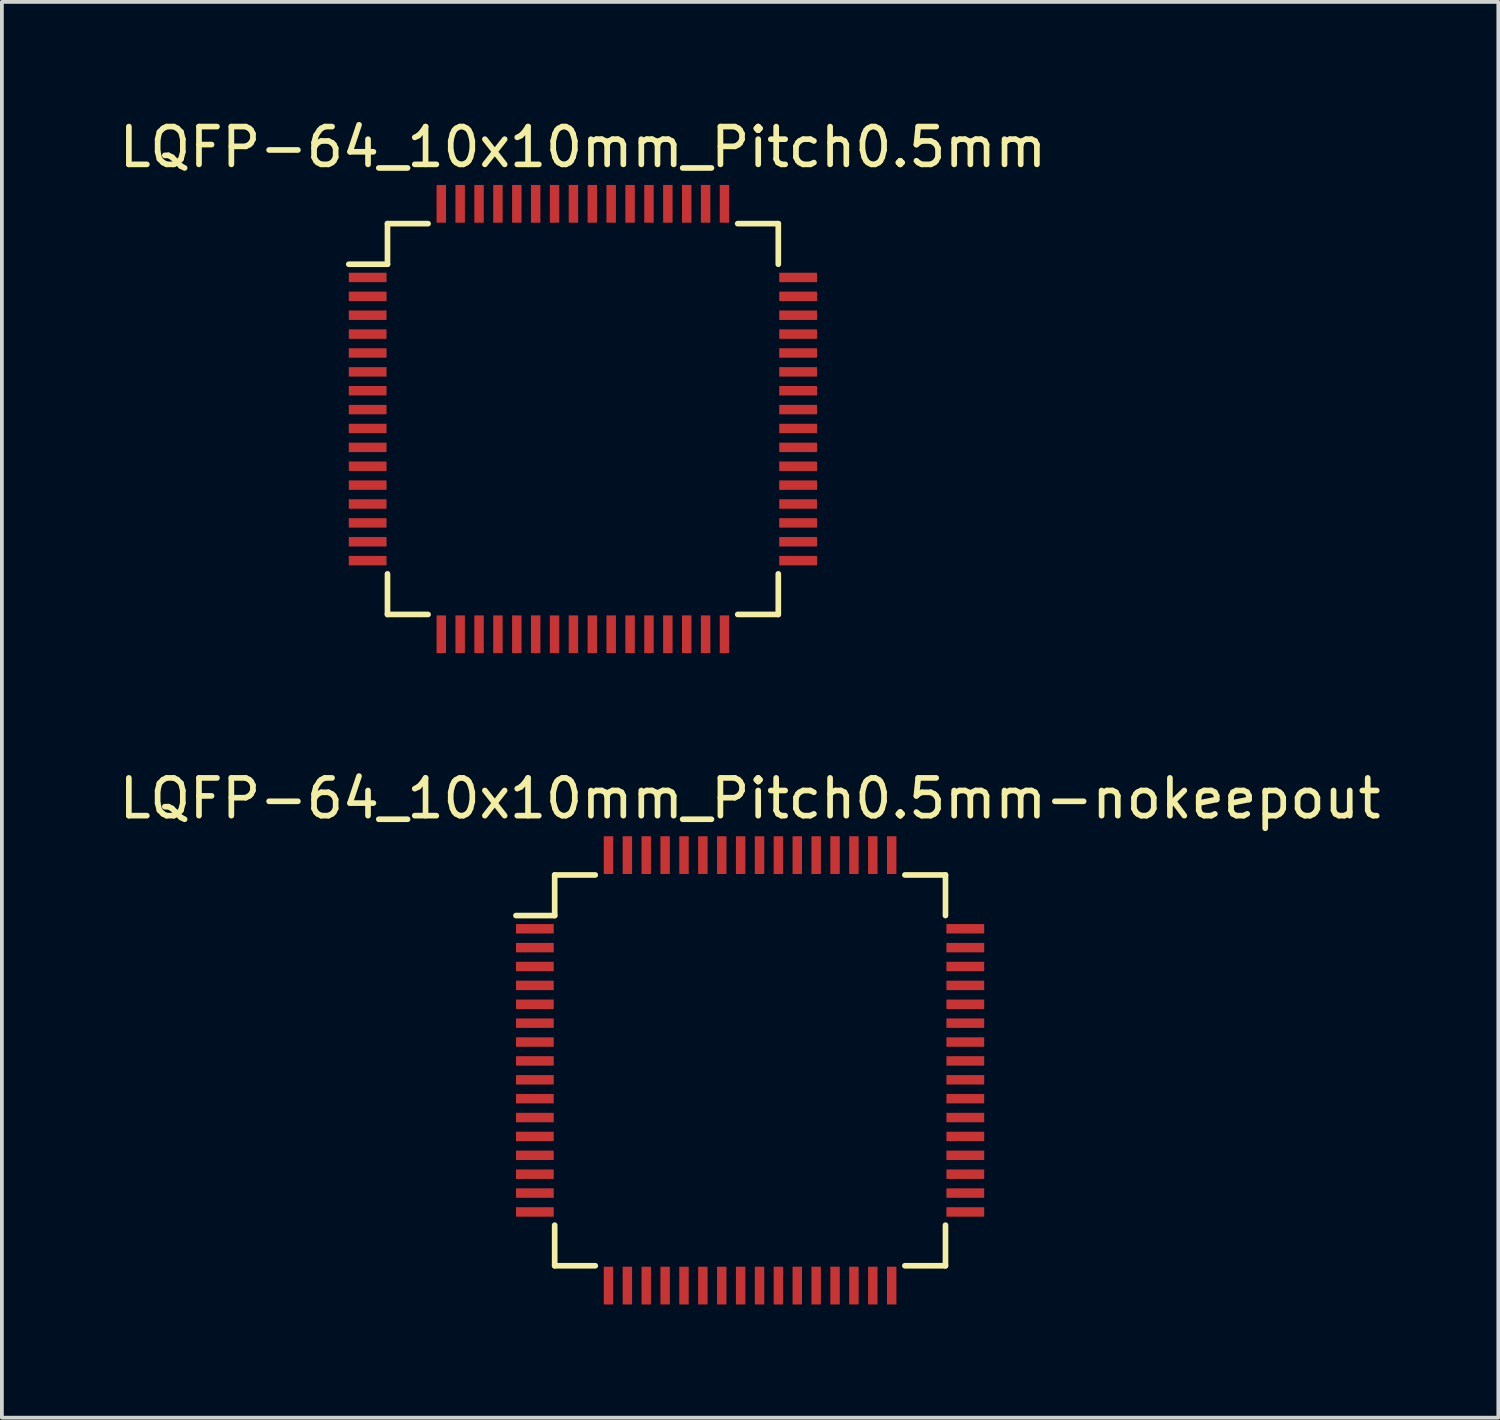
<source format=kicad_pcb>
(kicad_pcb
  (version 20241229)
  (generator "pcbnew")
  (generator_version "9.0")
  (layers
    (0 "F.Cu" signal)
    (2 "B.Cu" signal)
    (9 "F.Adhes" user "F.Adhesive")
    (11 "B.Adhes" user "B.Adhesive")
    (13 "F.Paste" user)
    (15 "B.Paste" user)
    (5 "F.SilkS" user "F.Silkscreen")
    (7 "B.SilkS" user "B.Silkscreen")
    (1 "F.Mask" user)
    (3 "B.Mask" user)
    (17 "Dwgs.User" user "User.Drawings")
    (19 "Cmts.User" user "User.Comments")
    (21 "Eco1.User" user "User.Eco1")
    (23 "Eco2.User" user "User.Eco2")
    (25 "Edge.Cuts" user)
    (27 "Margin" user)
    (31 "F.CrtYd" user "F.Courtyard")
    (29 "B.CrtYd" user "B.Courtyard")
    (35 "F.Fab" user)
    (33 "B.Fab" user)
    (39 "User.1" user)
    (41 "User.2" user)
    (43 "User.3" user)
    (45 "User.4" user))
  (footprint "LQFP-64_10x10mm_Pitch0.5mm"
    (layer "F.Cu")
    (at 12.387 8.048)
    (property "Reference" "LQFP-64_10x10mm_Pitch0.5mm" (at 0 -7.2 0) (layer "F.SilkS") (effects (font (size 1 1) (thickness 0.15))))
    (attr smd)
    (fp_line (start -5.175 -5.175) (end -5.175 -4.1) (stroke (width 0.15) (type solid)) (layer "F.SilkS"))
    (fp_line (start -5.175 -5.175) (end -4.1 -5.175) (stroke (width 0.15) (type solid)) (layer "F.SilkS"))
    (fp_line (start -5.175 -4.1) (end -6.2 -4.1) (stroke (width 0.15) (type solid)) (layer "F.SilkS"))
    (fp_line (start -5.175 5.175) (end -5.175 4.1) (stroke (width 0.15) (type solid)) (layer "F.SilkS"))
    (fp_line (start -5.175 5.175) (end -4.1 5.175) (stroke (width 0.15) (type solid)) (layer "F.SilkS"))
    (fp_line (start 5.175 -5.175) (end 4.1 -5.175) (stroke (width 0.15) (type solid)) (layer "F.SilkS"))
    (fp_line (start 5.175 -5.175) (end 5.175 -4.1) (stroke (width 0.15) (type solid)) (layer "F.SilkS"))
    (fp_line (start 5.175 5.175) (end 4.1 5.175) (stroke (width 0.15) (type solid)) (layer "F.SilkS"))
    (fp_line (start 5.175 5.175) (end 5.175 4.1) (stroke (width 0.15) (type solid)) (layer "F.SilkS"))
    (pad "1" smd rect (at -5.7 -3.75) (size 1 0.25) (layers "F.Cu" "F.Mask" "F.Paste"))
    (pad "2" smd rect (at -5.7 -3.25) (size 1 0.25) (layers "F.Cu" "F.Mask" "F.Paste"))
    (pad "3" smd rect (at -5.7 -2.75) (size 1 0.25) (layers "F.Cu" "F.Mask" "F.Paste"))
    (pad "4" smd rect (at -5.7 -2.25) (size 1 0.25) (layers "F.Cu" "F.Mask" "F.Paste"))
    (pad "5" smd rect (at -5.7 -1.75) (size 1 0.25) (layers "F.Cu" "F.Mask" "F.Paste"))
    (pad "6" smd rect (at -5.7 -1.25) (size 1 0.25) (layers "F.Cu" "F.Mask" "F.Paste"))
    (pad "7" smd rect (at -5.7 -0.75) (size 1 0.25) (layers "F.Cu" "F.Mask" "F.Paste"))
    (pad "8" smd rect (at -5.7 -0.25) (size 1 0.25) (layers "F.Cu" "F.Mask" "F.Paste"))
    (pad "9" smd rect (at -5.7 0.25) (size 1 0.25) (layers "F.Cu" "F.Mask" "F.Paste"))
    (pad "10" smd rect (at -5.7 0.75) (size 1 0.25) (layers "F.Cu" "F.Mask" "F.Paste"))
    (pad "11" smd rect (at -5.7 1.25) (size 1 0.25) (layers "F.Cu" "F.Mask" "F.Paste"))
    (pad "12" smd rect (at -5.7 1.75) (size 1 0.25) (layers "F.Cu" "F.Mask" "F.Paste"))
    (pad "13" smd rect (at -5.7 2.25) (size 1 0.25) (layers "F.Cu" "F.Mask" "F.Paste"))
    (pad "14" smd rect (at -5.7 2.75) (size 1 0.25) (layers "F.Cu" "F.Mask" "F.Paste"))
    (pad "15" smd rect (at -5.7 3.25) (size 1 0.25) (layers "F.Cu" "F.Mask" "F.Paste"))
    (pad "16" smd rect (at -5.7 3.75) (size 1 0.25) (layers "F.Cu" "F.Mask" "F.Paste"))
    (pad "17" smd rect (at -3.75 5.7 90) (size 1 0.25) (layers "F.Cu" "F.Mask" "F.Paste"))
    (pad "18" smd rect (at -3.25 5.7 90) (size 1 0.25) (layers "F.Cu" "F.Mask" "F.Paste"))
    (pad "19" smd rect (at -2.75 5.7 90) (size 1 0.25) (layers "F.Cu" "F.Mask" "F.Paste"))
    (pad "20" smd rect (at -2.25 5.7 90) (size 1 0.25) (layers "F.Cu" "F.Mask" "F.Paste"))
    (pad "21" smd rect (at -1.75 5.7 90) (size 1 0.25) (layers "F.Cu" "F.Mask" "F.Paste"))
    (pad "22" smd rect (at -1.25 5.7 90) (size 1 0.25) (layers "F.Cu" "F.Mask" "F.Paste"))
    (pad "23" smd rect (at -0.75 5.7 90) (size 1 0.25) (layers "F.Cu" "F.Mask" "F.Paste"))
    (pad "24" smd rect (at -0.25 5.7 90) (size 1 0.25) (layers "F.Cu" "F.Mask" "F.Paste"))
    (pad "25" smd rect (at 0.25 5.7 90) (size 1 0.25) (layers "F.Cu" "F.Mask" "F.Paste"))
    (pad "26" smd rect (at 0.75 5.7 90) (size 1 0.25) (layers "F.Cu" "F.Mask" "F.Paste"))
    (pad "27" smd rect (at 1.25 5.7 90) (size 1 0.25) (layers "F.Cu" "F.Mask" "F.Paste"))
    (pad "28" smd rect (at 1.75 5.7 90) (size 1 0.25) (layers "F.Cu" "F.Mask" "F.Paste"))
    (pad "29" smd rect (at 2.25 5.7 90) (size 1 0.25) (layers "F.Cu" "F.Mask" "F.Paste"))
    (pad "30" smd rect (at 2.75 5.7 90) (size 1 0.25) (layers "F.Cu" "F.Mask" "F.Paste"))
    (pad "31" smd rect (at 3.25 5.7 90) (size 1 0.25) (layers "F.Cu" "F.Mask" "F.Paste"))
    (pad "32" smd rect (at 3.75 5.7 90) (size 1 0.25) (layers "F.Cu" "F.Mask" "F.Paste"))
    (pad "33" smd rect (at 5.7 3.75) (size 1 0.25) (layers "F.Cu" "F.Mask" "F.Paste"))
    (pad "34" smd rect (at 5.7 3.25) (size 1 0.25) (layers "F.Cu" "F.Mask" "F.Paste"))
    (pad "35" smd rect (at 5.7 2.75) (size 1 0.25) (layers "F.Cu" "F.Mask" "F.Paste"))
    (pad "36" smd rect (at 5.7 2.25) (size 1 0.25) (layers "F.Cu" "F.Mask" "F.Paste"))
    (pad "37" smd rect (at 5.7 1.75) (size 1 0.25) (layers "F.Cu" "F.Mask" "F.Paste"))
    (pad "38" smd rect (at 5.7 1.25) (size 1 0.25) (layers "F.Cu" "F.Mask" "F.Paste"))
    (pad "39" smd rect (at 5.7 0.75) (size 1 0.25) (layers "F.Cu" "F.Mask" "F.Paste"))
    (pad "40" smd rect (at 5.7 0.25) (size 1 0.25) (layers "F.Cu" "F.Mask" "F.Paste"))
    (pad "41" smd rect (at 5.7 -0.25) (size 1 0.25) (layers "F.Cu" "F.Mask" "F.Paste"))
    (pad "42" smd rect (at 5.7 -0.75) (size 1 0.25) (layers "F.Cu" "F.Mask" "F.Paste"))
    (pad "43" smd rect (at 5.7 -1.25) (size 1 0.25) (layers "F.Cu" "F.Mask" "F.Paste"))
    (pad "44" smd rect (at 5.7 -1.75) (size 1 0.25) (layers "F.Cu" "F.Mask" "F.Paste"))
    (pad "45" smd rect (at 5.7 -2.25) (size 1 0.25) (layers "F.Cu" "F.Mask" "F.Paste"))
    (pad "46" smd rect (at 5.7 -2.75) (size 1 0.25) (layers "F.Cu" "F.Mask" "F.Paste"))
    (pad "47" smd rect (at 5.7 -3.25) (size 1 0.25) (layers "F.Cu" "F.Mask" "F.Paste"))
    (pad "48" smd rect (at 5.7 -3.75) (size 1 0.25) (layers "F.Cu" "F.Mask" "F.Paste"))
    (pad "49" smd rect (at 3.75 -5.7 90) (size 1 0.25) (layers "F.Cu" "F.Mask" "F.Paste"))
    (pad "50" smd rect (at 3.25 -5.7 90) (size 1 0.25) (layers "F.Cu" "F.Mask" "F.Paste"))
    (pad "51" smd rect (at 2.75 -5.7 90) (size 1 0.25) (layers "F.Cu" "F.Mask" "F.Paste"))
    (pad "52" smd rect (at 2.25 -5.7 90) (size 1 0.25) (layers "F.Cu" "F.Mask" "F.Paste"))
    (pad "53" smd rect (at 1.75 -5.7 90) (size 1 0.25) (layers "F.Cu" "F.Mask" "F.Paste"))
    (pad "54" smd rect (at 1.25 -5.7 90) (size 1 0.25) (layers "F.Cu" "F.Mask" "F.Paste"))
    (pad "55" smd rect (at 0.75 -5.7 90) (size 1 0.25) (layers "F.Cu" "F.Mask" "F.Paste"))
    (pad "56" smd rect (at 0.25 -5.7 90) (size 1 0.25) (layers "F.Cu" "F.Mask" "F.Paste"))
    (pad "57" smd rect (at -0.25 -5.7 90) (size 1 0.25) (layers "F.Cu" "F.Mask" "F.Paste"))
    (pad "58" smd rect (at -0.75 -5.7 90) (size 1 0.25) (layers "F.Cu" "F.Mask" "F.Paste"))
    (pad "59" smd rect (at -1.25 -5.7 90) (size 1 0.25) (layers "F.Cu" "F.Mask" "F.Paste"))
    (pad "60" smd rect (at -1.75 -5.7 90) (size 1 0.25) (layers "F.Cu" "F.Mask" "F.Paste"))
    (pad "61" smd rect (at -2.25 -5.7 90) (size 1 0.25) (layers "F.Cu" "F.Mask" "F.Paste"))
    (pad "62" smd rect (at -2.75 -5.7 90) (size 1 0.25) (layers "F.Cu" "F.Mask" "F.Paste"))
    (pad "63" smd rect (at -3.25 -5.7 90) (size 1 0.25) (layers "F.Cu" "F.Mask" "F.Paste"))
    (pad "64" smd rect (at -3.75 -5.7 90) (size 1 0.25) (layers "F.Cu" "F.Mask" "F.Paste")))
  (footprint "LQFP-64_10x10mm_Pitch0.5mm-nokeepout"
    (layer "F.Cu")
    (at 16.815 25.297)
    (property "Reference" "LQFP-64_10x10mm_Pitch0.5mm-nokeepout" (at 0 -7.2 0) (layer "F.SilkS") (effects (font (size 1 1) (thickness 0.15))))
    (attr smd)
    (fp_line (start -5.175 -5.175) (end -5.175 -4.1) (stroke (width 0.15) (type solid)) (layer "F.SilkS"))
    (fp_line (start -5.175 -5.175) (end -4.1 -5.175) (stroke (width 0.15) (type solid)) (layer "F.SilkS"))
    (fp_line (start -5.175 -4.1) (end -6.2 -4.1) (stroke (width 0.15) (type solid)) (layer "F.SilkS"))
    (fp_line (start -5.175 5.175) (end -5.175 4.1) (stroke (width 0.15) (type solid)) (layer "F.SilkS"))
    (fp_line (start -5.175 5.175) (end -4.1 5.175) (stroke (width 0.15) (type solid)) (layer "F.SilkS"))
    (fp_line (start 5.175 -5.175) (end 4.1 -5.175) (stroke (width 0.15) (type solid)) (layer "F.SilkS"))
    (fp_line (start 5.175 -5.175) (end 5.175 -4.1) (stroke (width 0.15) (type solid)) (layer "F.SilkS"))
    (fp_line (start 5.175 5.175) (end 4.1 5.175) (stroke (width 0.15) (type solid)) (layer "F.SilkS"))
    (fp_line (start 5.175 5.175) (end 5.175 4.1) (stroke (width 0.15) (type solid)) (layer "F.SilkS"))
    (pad "1" smd rect (at -5.7 -3.75) (size 1 0.25) (layers "F.Cu" "F.Mask" "F.Paste"))
    (pad "2" smd rect (at -5.7 -3.25) (size 1 0.25) (layers "F.Cu" "F.Mask" "F.Paste"))
    (pad "3" smd rect (at -5.7 -2.75) (size 1 0.25) (layers "F.Cu" "F.Mask" "F.Paste"))
    (pad "4" smd rect (at -5.7 -2.25) (size 1 0.25) (layers "F.Cu" "F.Mask" "F.Paste"))
    (pad "5" smd rect (at -5.7 -1.75) (size 1 0.25) (layers "F.Cu" "F.Mask" "F.Paste"))
    (pad "6" smd rect (at -5.7 -1.25) (size 1 0.25) (layers "F.Cu" "F.Mask" "F.Paste"))
    (pad "7" smd rect (at -5.7 -0.75) (size 1 0.25) (layers "F.Cu" "F.Mask" "F.Paste"))
    (pad "8" smd rect (at -5.7 -0.25) (size 1 0.25) (layers "F.Cu" "F.Mask" "F.Paste"))
    (pad "9" smd rect (at -5.7 0.25) (size 1 0.25) (layers "F.Cu" "F.Mask" "F.Paste"))
    (pad "10" smd rect (at -5.7 0.75) (size 1 0.25) (layers "F.Cu" "F.Mask" "F.Paste"))
    (pad "11" smd rect (at -5.7 1.25) (size 1 0.25) (layers "F.Cu" "F.Mask" "F.Paste"))
    (pad "12" smd rect (at -5.7 1.75) (size 1 0.25) (layers "F.Cu" "F.Mask" "F.Paste"))
    (pad "13" smd rect (at -5.7 2.25) (size 1 0.25) (layers "F.Cu" "F.Mask" "F.Paste"))
    (pad "14" smd rect (at -5.7 2.75) (size 1 0.25) (layers "F.Cu" "F.Mask" "F.Paste"))
    (pad "15" smd rect (at -5.7 3.25) (size 1 0.25) (layers "F.Cu" "F.Mask" "F.Paste"))
    (pad "16" smd rect (at -5.7 3.75) (size 1 0.25) (layers "F.Cu" "F.Mask" "F.Paste"))
    (pad "17" smd rect (at -3.75 5.7 90) (size 1 0.25) (layers "F.Cu" "F.Mask" "F.Paste"))
    (pad "18" smd rect (at -3.25 5.7 90) (size 1 0.25) (layers "F.Cu" "F.Mask" "F.Paste"))
    (pad "19" smd rect (at -2.75 5.7 90) (size 1 0.25) (layers "F.Cu" "F.Mask" "F.Paste"))
    (pad "20" smd rect (at -2.25 5.7 90) (size 1 0.25) (layers "F.Cu" "F.Mask" "F.Paste"))
    (pad "21" smd rect (at -1.75 5.7 90) (size 1 0.25) (layers "F.Cu" "F.Mask" "F.Paste"))
    (pad "22" smd rect (at -1.25 5.7 90) (size 1 0.25) (layers "F.Cu" "F.Mask" "F.Paste"))
    (pad "23" smd rect (at -0.75 5.7 90) (size 1 0.25) (layers "F.Cu" "F.Mask" "F.Paste"))
    (pad "24" smd rect (at -0.25 5.7 90) (size 1 0.25) (layers "F.Cu" "F.Mask" "F.Paste"))
    (pad "25" smd rect (at 0.25 5.7 90) (size 1 0.25) (layers "F.Cu" "F.Mask" "F.Paste"))
    (pad "26" smd rect (at 0.75 5.7 90) (size 1 0.25) (layers "F.Cu" "F.Mask" "F.Paste"))
    (pad "27" smd rect (at 1.25 5.7 90) (size 1 0.25) (layers "F.Cu" "F.Mask" "F.Paste"))
    (pad "28" smd rect (at 1.75 5.7 90) (size 1 0.25) (layers "F.Cu" "F.Mask" "F.Paste"))
    (pad "29" smd rect (at 2.25 5.7 90) (size 1 0.25) (layers "F.Cu" "F.Mask" "F.Paste"))
    (pad "30" smd rect (at 2.75 5.7 90) (size 1 0.25) (layers "F.Cu" "F.Mask" "F.Paste"))
    (pad "31" smd rect (at 3.25 5.7 90) (size 1 0.25) (layers "F.Cu" "F.Mask" "F.Paste"))
    (pad "32" smd rect (at 3.75 5.7 90) (size 1 0.25) (layers "F.Cu" "F.Mask" "F.Paste"))
    (pad "33" smd rect (at 5.7 3.75) (size 1 0.25) (layers "F.Cu" "F.Mask" "F.Paste"))
    (pad "34" smd rect (at 5.7 3.25) (size 1 0.25) (layers "F.Cu" "F.Mask" "F.Paste"))
    (pad "35" smd rect (at 5.7 2.75) (size 1 0.25) (layers "F.Cu" "F.Mask" "F.Paste"))
    (pad "36" smd rect (at 5.7 2.25) (size 1 0.25) (layers "F.Cu" "F.Mask" "F.Paste"))
    (pad "37" smd rect (at 5.7 1.75) (size 1 0.25) (layers "F.Cu" "F.Mask" "F.Paste"))
    (pad "38" smd rect (at 5.7 1.25) (size 1 0.25) (layers "F.Cu" "F.Mask" "F.Paste"))
    (pad "39" smd rect (at 5.7 0.75) (size 1 0.25) (layers "F.Cu" "F.Mask" "F.Paste"))
    (pad "40" smd rect (at 5.7 0.25) (size 1 0.25) (layers "F.Cu" "F.Mask" "F.Paste"))
    (pad "41" smd rect (at 5.7 -0.25) (size 1 0.25) (layers "F.Cu" "F.Mask" "F.Paste"))
    (pad "42" smd rect (at 5.7 -0.75) (size 1 0.25) (layers "F.Cu" "F.Mask" "F.Paste"))
    (pad "43" smd rect (at 5.7 -1.25) (size 1 0.25) (layers "F.Cu" "F.Mask" "F.Paste"))
    (pad "44" smd rect (at 5.7 -1.75) (size 1 0.25) (layers "F.Cu" "F.Mask" "F.Paste"))
    (pad "45" smd rect (at 5.7 -2.25) (size 1 0.25) (layers "F.Cu" "F.Mask" "F.Paste"))
    (pad "46" smd rect (at 5.7 -2.75) (size 1 0.25) (layers "F.Cu" "F.Mask" "F.Paste"))
    (pad "47" smd rect (at 5.7 -3.25) (size 1 0.25) (layers "F.Cu" "F.Mask" "F.Paste"))
    (pad "48" smd rect (at 5.7 -3.75) (size 1 0.25) (layers "F.Cu" "F.Mask" "F.Paste"))
    (pad "49" smd rect (at 3.75 -5.7 90) (size 1 0.25) (layers "F.Cu" "F.Mask" "F.Paste"))
    (pad "50" smd rect (at 3.25 -5.7 90) (size 1 0.25) (layers "F.Cu" "F.Mask" "F.Paste"))
    (pad "51" smd rect (at 2.75 -5.7 90) (size 1 0.25) (layers "F.Cu" "F.Mask" "F.Paste"))
    (pad "52" smd rect (at 2.25 -5.7 90) (size 1 0.25) (layers "F.Cu" "F.Mask" "F.Paste"))
    (pad "53" smd rect (at 1.75 -5.7 90) (size 1 0.25) (layers "F.Cu" "F.Mask" "F.Paste"))
    (pad "54" smd rect (at 1.25 -5.7 90) (size 1 0.25) (layers "F.Cu" "F.Mask" "F.Paste"))
    (pad "55" smd rect (at 0.75 -5.7 90) (size 1 0.25) (layers "F.Cu" "F.Mask" "F.Paste"))
    (pad "56" smd rect (at 0.25 -5.7 90) (size 1 0.25) (layers "F.Cu" "F.Mask" "F.Paste"))
    (pad "57" smd rect (at -0.25 -5.7 90) (size 1 0.25) (layers "F.Cu" "F.Mask" "F.Paste"))
    (pad "58" smd rect (at -0.75 -5.7 90) (size 1 0.25) (layers "F.Cu" "F.Mask" "F.Paste"))
    (pad "59" smd rect (at -1.25 -5.7 90) (size 1 0.25) (layers "F.Cu" "F.Mask" "F.Paste"))
    (pad "60" smd rect (at -1.75 -5.7 90) (size 1 0.25) (layers "F.Cu" "F.Mask" "F.Paste"))
    (pad "61" smd rect (at -2.25 -5.7 90) (size 1 0.25) (layers "F.Cu" "F.Mask" "F.Paste"))
    (pad "62" smd rect (at -2.75 -5.7 90) (size 1 0.25) (layers "F.Cu" "F.Mask" "F.Paste"))
    (pad "63" smd rect (at -3.25 -5.7 90) (size 1 0.25) (layers "F.Cu" "F.Mask" "F.Paste"))
    (pad "64" smd rect (at -3.75 -5.7 90) (size 1 0.25) (layers "F.Cu" "F.Mask" "F.Paste")))
  (gr_rect
    (start -3 -3)
    (end 36.631 34.496)
    (stroke (width 0.1) (type default))
    (fill no)
    (layer "Edge.Cuts")))
</source>
